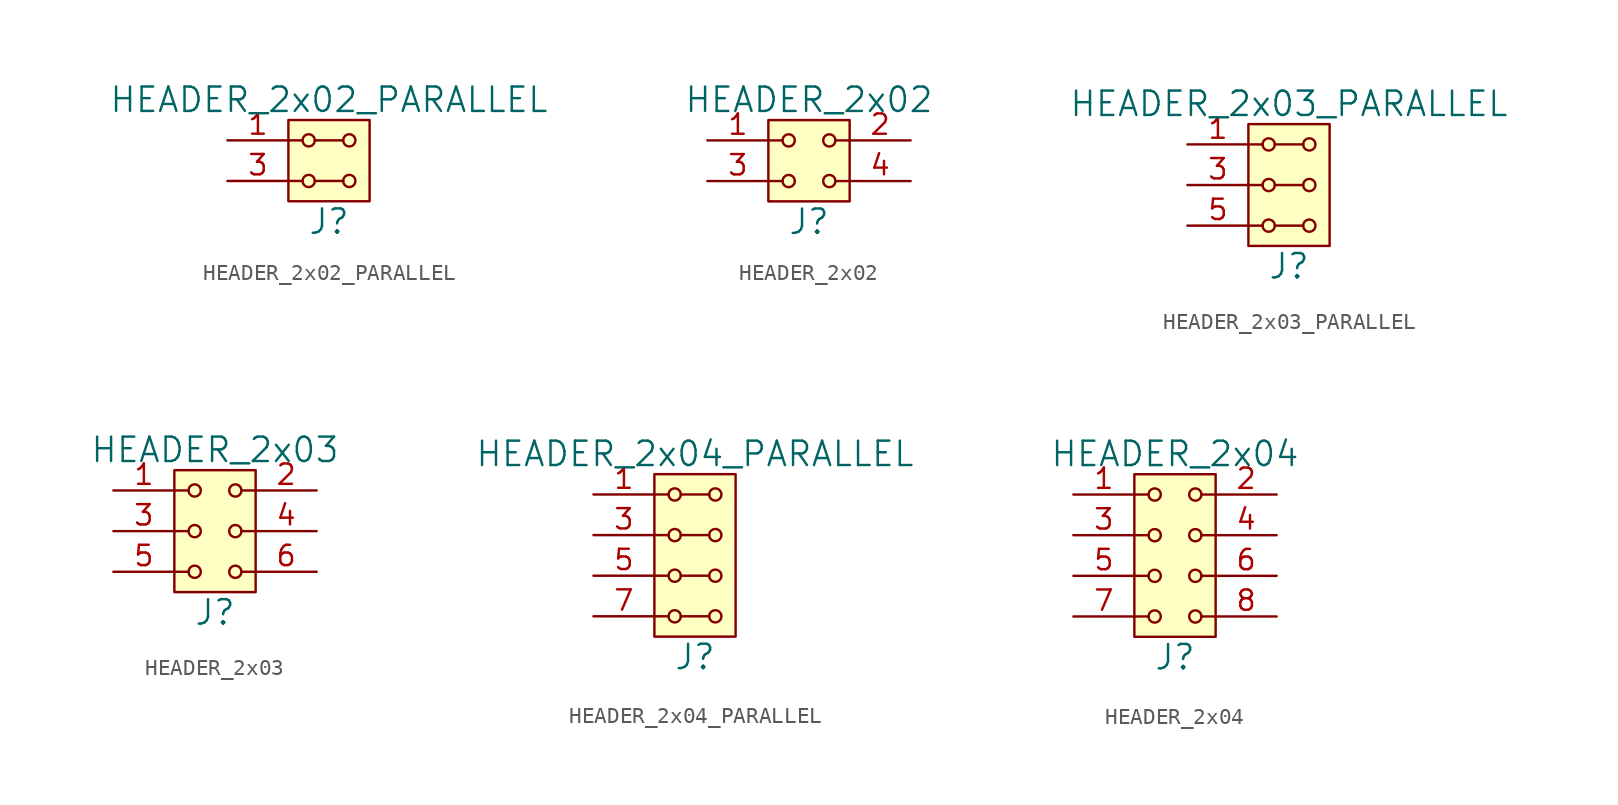
<source format=kicad_sym>
(kicad_symbol_lib
  (version 20211014)
  (generator kicad_symbol_editor)
  (symbol "HEADER_2x02_PARALLEL"
    (pin_names
      (offset 1.016))
    (property "Reference" "J"
      (at 0 -3.81 0)
      (effects (font (size 1.524 1.524))))
    (property "Value" "HEADER_2x02_PARALLEL"
      (at 0 3.81 0)
      (effects (font (size 1.524 1.524))))
    (property "Footprint" ""
      (at 0 1.27 0)
      (effects (font (size 1.524 1.524))))
    (property "Datasheet" ""
      (at 0 1.27 0)
      (effects (font (size 1.524 1.524))))
    (symbol "HEADER_2x02_PARALLEL_0_1"
      (rectangle (start -2.54 2.54) (end 2.54 -2.54) (stroke (width 0) (type default) (color 0 0 0 0)) (fill (type background)))
      (circle (center -1.27 -1.27) (radius 0.381) (stroke (width 0) (type default) (color 0 0 0 0)) (fill (type none)))
      (circle (center -1.27 1.27) (radius 0.381) (stroke (width 0) (type default) (color 0 0 0 0)) (fill (type none)))
      (polyline (pts (xy -1.651 -1.27) (xy -2.54 -1.27)) (stroke (width 0) (type default) (color 0 0 0 0)) (fill (type none)))
      (polyline (pts (xy -1.651 1.27) (xy -2.54 1.27)) (stroke (width 0) (type default) (color 0 0 0 0)) (fill (type none)))
      (polyline (pts (xy -0.889 -1.27) (xy 0.889 -1.27)) (stroke (width 0) (type default) (color 0 0 0 0)) (fill (type none)))
      (polyline (pts (xy -0.889 1.27) (xy 0.889 1.27)) (stroke (width 0) (type default) (color 0 0 0 0)) (fill (type none)))
      (circle (center 1.27 -1.27) (radius 0.381) (stroke (width 0) (type default) (color 0 0 0 0)) (fill (type none)))
      (circle (center 1.27 1.27) (radius 0.381) (stroke (width 0) (type default) (color 0 0 0 0)) (fill (type none))))
    (symbol "HEADER_2x02_PARALLEL_1_1"
      (pin input line (at -6.35 1.27 0) (length 3.81) (name "~" (effects (font (size 1.27 1.27)))) (number "1" (effects (font (size 1.27 1.27)))))
      (pin input line (at -6.35 1.27 0) (length 3.81) hide (name "~" (effects (font (size 1.27 1.27)))) (number "2" (effects (font (size 1.27 1.27)))))
      (pin input line (at -6.35 -1.27 0) (length 3.81) (name "~" (effects (font (size 1.27 1.27)))) (number "3" (effects (font (size 1.27 1.27)))))
      (pin input line (at -6.35 -1.27 0) (length 3.81) hide (name "~" (effects (font (size 1.27 1.27)))) (number "4" (effects (font (size 1.27 1.27)))))))
  (symbol "HEADER_2x02"
    (pin_names
      (offset 1.016))
    (property "Reference" "J"
      (at 0 -3.81 0)
      (effects (font (size 1.524 1.524))))
    (property "Value" "HEADER_2x02"
      (at 0 3.81 0)
      (effects (font (size 1.524 1.524))))
    (property "Footprint" ""
      (at 0 1.27 0)
      (effects (font (size 1.524 1.524))))
    (property "Datasheet" ""
      (at 0 1.27 0)
      (effects (font (size 1.524 1.524))))
    (symbol "HEADER_2x02_0_1"
      (rectangle (start -2.54 2.54) (end 2.54 -2.54) (stroke (width 0) (type default) (color 0 0 0 0)) (fill (type background)))
      (circle (center -1.27 -1.27) (radius 0.381) (stroke (width 0) (type default) (color 0 0 0 0)) (fill (type none)))
      (circle (center -1.27 1.27) (radius 0.381) (stroke (width 0) (type default) (color 0 0 0 0)) (fill (type none)))
      (polyline (pts (xy -1.651 -1.27) (xy -2.54 -1.27)) (stroke (width 0) (type default) (color 0 0 0 0)) (fill (type none)))
      (polyline (pts (xy -1.651 1.27) (xy -2.54 1.27)) (stroke (width 0) (type default) (color 0 0 0 0)) (fill (type none)))
      (polyline (pts (xy 1.651 -1.27) (xy 2.54 -1.27)) (stroke (width 0) (type default) (color 0 0 0 0)) (fill (type none)))
      (polyline (pts (xy 1.651 1.27) (xy 2.54 1.27)) (stroke (width 0) (type default) (color 0 0 0 0)) (fill (type none)))
      (circle (center 1.27 -1.27) (radius 0.381) (stroke (width 0) (type default) (color 0 0 0 0)) (fill (type none)))
      (circle (center 1.27 1.27) (radius 0.381) (stroke (width 0) (type default) (color 0 0 0 0)) (fill (type none))))
    (symbol "HEADER_2x02_1_1"
      (pin input line (at -6.35 1.27 0) (length 3.81) (name "~" (effects (font (size 1.27 1.27)))) (number "1" (effects (font (size 1.27 1.27)))))
      (pin input line (at 6.35 1.27 180) (length 3.81) (name "~" (effects (font (size 1.27 1.27)))) (number "2" (effects (font (size 1.27 1.27)))))
      (pin input line (at -6.35 -1.27 0) (length 3.81) (name "~" (effects (font (size 1.27 1.27)))) (number "3" (effects (font (size 1.27 1.27)))))
      (pin input line (at 6.35 -1.27 180) (length 3.81) (name "~" (effects (font (size 1.27 1.27)))) (number "4" (effects (font (size 1.27 1.27)))))))
  (symbol "HEADER_2x03_PARALLEL"
    (pin_names
      (offset 1.016))
    (property "Reference" "J"
      (at 0 -5.08 0)
      (effects (font (size 1.524 1.524))))
    (property "Value" "HEADER_2x03_PARALLEL"
      (at 0 5.08 0)
      (effects (font (size 1.524 1.524))))
    (property "Footprint" ""
      (at 0 2.54 0)
      (effects (font (size 1.524 1.524))))
    (property "Datasheet" ""
      (at 0 2.54 0)
      (effects (font (size 1.524 1.524))))
    (symbol "HEADER_2x03_PARALLEL_0_1"
      (rectangle (start -2.54 3.81) (end 2.54 -3.81) (stroke (width 0) (type default) (color 0 0 0 0)) (fill (type background)))
      (circle (center -1.27 -2.54) (radius 0.381) (stroke (width 0) (type default) (color 0 0 0 0)) (fill (type none)))
      (circle (center -1.27 0) (radius 0.381) (stroke (width 0) (type default) (color 0 0 0 0)) (fill (type none)))
      (circle (center -1.27 2.54) (radius 0.381) (stroke (width 0) (type default) (color 0 0 0 0)) (fill (type none)))
      (polyline (pts (xy -1.651 -2.54) (xy -2.54 -2.54)) (stroke (width 0) (type default) (color 0 0 0 0)) (fill (type none)))
      (polyline (pts (xy -1.651 0) (xy -2.54 0)) (stroke (width 0) (type default) (color 0 0 0 0)) (fill (type none)))
      (polyline (pts (xy -1.651 2.54) (xy -2.54 2.54)) (stroke (width 0) (type default) (color 0 0 0 0)) (fill (type none)))
      (polyline (pts (xy -0.889 -2.54) (xy 0.889 -2.54)) (stroke (width 0) (type default) (color 0 0 0 0)) (fill (type none)))
      (polyline (pts (xy -0.889 0) (xy 0.889 0)) (stroke (width 0) (type default) (color 0 0 0 0)) (fill (type none)))
      (polyline (pts (xy -0.889 2.54) (xy 0.889 2.54)) (stroke (width 0) (type default) (color 0 0 0 0)) (fill (type none)))
      (circle (center 1.27 -2.54) (radius 0.381) (stroke (width 0) (type default) (color 0 0 0 0)) (fill (type none)))
      (circle (center 1.27 0) (radius 0.381) (stroke (width 0) (type default) (color 0 0 0 0)) (fill (type none)))
      (circle (center 1.27 2.54) (radius 0.381) (stroke (width 0) (type default) (color 0 0 0 0)) (fill (type none))))
    (symbol "HEADER_2x03_PARALLEL_1_1"
      (pin input line (at -6.35 2.54 0) (length 3.81) (name "~" (effects (font (size 1.27 1.27)))) (number "1" (effects (font (size 1.27 1.27)))))
      (pin input line (at -6.35 2.54 0) (length 3.81) hide (name "~" (effects (font (size 1.27 1.27)))) (number "2" (effects (font (size 1.27 1.27)))))
      (pin input line (at -6.35 0 0) (length 3.81) (name "~" (effects (font (size 1.27 1.27)))) (number "3" (effects (font (size 1.27 1.27)))))
      (pin input line (at -6.35 0 0) (length 3.81) hide (name "~" (effects (font (size 1.27 1.27)))) (number "4" (effects (font (size 1.27 1.27)))))
      (pin input line (at -6.35 -2.54 0) (length 3.81) (name "~" (effects (font (size 1.27 1.27)))) (number "5" (effects (font (size 1.27 1.27)))))
      (pin input line (at -6.35 -2.54 0) (length 3.81) hide (name "~" (effects (font (size 1.27 1.27)))) (number "6" (effects (font (size 1.27 1.27)))))))
  (symbol "HEADER_2x03"
    (pin_names
      (offset 1.016))
    (property "Reference" "J"
      (at 0 -5.08 0)
      (effects (font (size 1.524 1.524))))
    (property "Value" "HEADER_2x03"
      (at 0 5.08 0)
      (effects (font (size 1.524 1.524))))
    (property "Footprint" ""
      (at 0 2.54 0)
      (effects (font (size 1.524 1.524))))
    (property "Datasheet" ""
      (at 0 2.54 0)
      (effects (font (size 1.524 1.524))))
    (symbol "HEADER_2x03_0_1"
      (rectangle (start -2.54 3.81) (end 2.54 -3.81) (stroke (width 0) (type default) (color 0 0 0 0)) (fill (type background)))
      (circle (center -1.27 -2.54) (radius 0.381) (stroke (width 0) (type default) (color 0 0 0 0)) (fill (type none)))
      (circle (center -1.27 0) (radius 0.381) (stroke (width 0) (type default) (color 0 0 0 0)) (fill (type none)))
      (circle (center -1.27 2.54) (radius 0.381) (stroke (width 0) (type default) (color 0 0 0 0)) (fill (type none)))
      (polyline (pts (xy -1.651 -2.54) (xy -2.54 -2.54)) (stroke (width 0) (type default) (color 0 0 0 0)) (fill (type none)))
      (polyline (pts (xy -1.651 0) (xy -2.54 0)) (stroke (width 0) (type default) (color 0 0 0 0)) (fill (type none)))
      (polyline (pts (xy -1.651 2.54) (xy -2.54 2.54)) (stroke (width 0) (type default) (color 0 0 0 0)) (fill (type none)))
      (polyline (pts (xy 1.651 -2.54) (xy 2.54 -2.54)) (stroke (width 0) (type default) (color 0 0 0 0)) (fill (type none)))
      (polyline (pts (xy 1.651 0) (xy 2.54 0)) (stroke (width 0) (type default) (color 0 0 0 0)) (fill (type none)))
      (polyline (pts (xy 1.651 2.54) (xy 2.54 2.54)) (stroke (width 0) (type default) (color 0 0 0 0)) (fill (type none)))
      (circle (center 1.27 -2.54) (radius 0.381) (stroke (width 0) (type default) (color 0 0 0 0)) (fill (type none)))
      (circle (center 1.27 0) (radius 0.381) (stroke (width 0) (type default) (color 0 0 0 0)) (fill (type none)))
      (circle (center 1.27 2.54) (radius 0.381) (stroke (width 0) (type default) (color 0 0 0 0)) (fill (type none))))
    (symbol "HEADER_2x03_1_1"
      (pin input line (at -6.35 2.54 0) (length 3.81) (name "~" (effects (font (size 1.27 1.27)))) (number "1" (effects (font (size 1.27 1.27)))))
      (pin input line (at 6.35 2.54 180) (length 3.81) (name "~" (effects (font (size 1.27 1.27)))) (number "2" (effects (font (size 1.27 1.27)))))
      (pin input line (at -6.35 0 0) (length 3.81) (name "~" (effects (font (size 1.27 1.27)))) (number "3" (effects (font (size 1.27 1.27)))))
      (pin input line (at 6.35 0 180) (length 3.81) (name "~" (effects (font (size 1.27 1.27)))) (number "4" (effects (font (size 1.27 1.27)))))
      (pin input line (at -6.35 -2.54 0) (length 3.81) (name "~" (effects (font (size 1.27 1.27)))) (number "5" (effects (font (size 1.27 1.27)))))
      (pin input line (at 6.35 -2.54 180) (length 3.81) (name "~" (effects (font (size 1.27 1.27)))) (number "6" (effects (font (size 1.27 1.27)))))))
  (symbol "HEADER_2x04_PARALLEL"
    (pin_names
      (offset 1.016))
    (property "Reference" "J"
      (at 0 -6.35 0)
      (effects (font (size 1.524 1.524))))
    (property "Value" "HEADER_2x04_PARALLEL"
      (at 0 6.35 0)
      (effects (font (size 1.524 1.524))))
    (property "Footprint" ""
      (at 0 3.81 0)
      (effects (font (size 1.524 1.524))))
    (property "Datasheet" ""
      (at 0 3.81 0)
      (effects (font (size 1.524 1.524))))
    (symbol "HEADER_2x04_PARALLEL_0_1"
      (rectangle (start -2.54 5.08) (end 2.54 -5.08) (stroke (width 0) (type default) (color 0 0 0 0)) (fill (type background)))
      (circle (center -1.27 -3.81) (radius 0.381) (stroke (width 0) (type default) (color 0 0 0 0)) (fill (type none)))
      (circle (center -1.27 -1.27) (radius 0.381) (stroke (width 0) (type default) (color 0 0 0 0)) (fill (type none)))
      (circle (center -1.27 1.27) (radius 0.381) (stroke (width 0) (type default) (color 0 0 0 0)) (fill (type none)))
      (circle (center -1.27 3.81) (radius 0.381) (stroke (width 0) (type default) (color 0 0 0 0)) (fill (type none)))
      (polyline (pts (xy -1.651 -3.81) (xy -2.54 -3.81)) (stroke (width 0) (type default) (color 0 0 0 0)) (fill (type none)))
      (polyline (pts (xy -1.651 -1.27) (xy -2.54 -1.27)) (stroke (width 0) (type default) (color 0 0 0 0)) (fill (type none)))
      (polyline (pts (xy -1.651 1.27) (xy -2.54 1.27)) (stroke (width 0) (type default) (color 0 0 0 0)) (fill (type none)))
      (polyline (pts (xy -1.651 3.81) (xy -2.54 3.81)) (stroke (width 0) (type default) (color 0 0 0 0)) (fill (type none)))
      (polyline (pts (xy -0.889 -3.81) (xy 0.889 -3.81)) (stroke (width 0) (type default) (color 0 0 0 0)) (fill (type none)))
      (polyline (pts (xy -0.889 -1.27) (xy 0.889 -1.27)) (stroke (width 0) (type default) (color 0 0 0 0)) (fill (type none)))
      (polyline (pts (xy -0.889 1.27) (xy 0.889 1.27)) (stroke (width 0) (type default) (color 0 0 0 0)) (fill (type none)))
      (polyline (pts (xy -0.889 3.81) (xy 0.889 3.81)) (stroke (width 0) (type default) (color 0 0 0 0)) (fill (type none)))
      (circle (center 1.27 -3.81) (radius 0.381) (stroke (width 0) (type default) (color 0 0 0 0)) (fill (type none)))
      (circle (center 1.27 -1.27) (radius 0.381) (stroke (width 0) (type default) (color 0 0 0 0)) (fill (type none)))
      (circle (center 1.27 1.27) (radius 0.381) (stroke (width 0) (type default) (color 0 0 0 0)) (fill (type none)))
      (circle (center 1.27 3.81) (radius 0.381) (stroke (width 0) (type default) (color 0 0 0 0)) (fill (type none))))
    (symbol "HEADER_2x04_PARALLEL_1_1"
      (pin input line (at -6.35 3.81 0) (length 3.81) (name "~" (effects (font (size 1.27 1.27)))) (number "1" (effects (font (size 1.27 1.27)))))
      (pin input line (at -6.35 3.81 0) (length 3.81) hide (name "~" (effects (font (size 1.27 1.27)))) (number "2" (effects (font (size 1.27 1.27)))))
      (pin input line (at -6.35 1.27 0) (length 3.81) (name "~" (effects (font (size 1.27 1.27)))) (number "3" (effects (font (size 1.27 1.27)))))
      (pin input line (at -6.35 1.27 0) (length 3.81) hide (name "~" (effects (font (size 1.27 1.27)))) (number "4" (effects (font (size 1.27 1.27)))))
      (pin input line (at -6.35 -1.27 0) (length 3.81) (name "~" (effects (font (size 1.27 1.27)))) (number "5" (effects (font (size 1.27 1.27)))))
      (pin input line (at -6.35 -1.27 0) (length 3.81) hide (name "~" (effects (font (size 1.27 1.27)))) (number "6" (effects (font (size 1.27 1.27)))))
      (pin input line (at -6.35 -3.81 0) (length 3.81) (name "~" (effects (font (size 1.27 1.27)))) (number "7" (effects (font (size 1.27 1.27)))))
      (pin input line (at -6.35 -3.81 0) (length 3.81) hide (name "~" (effects (font (size 1.27 1.27)))) (number "8" (effects (font (size 1.27 1.27)))))))
  (symbol "HEADER_2x04"
    (pin_names
      (offset 1.016))
    (property "Reference" "J"
      (at 0 -6.35 0)
      (effects (font (size 1.524 1.524))))
    (property "Value" "HEADER_2x04"
      (at 0 6.35 0)
      (effects (font (size 1.524 1.524))))
    (property "Footprint" ""
      (at 0 3.81 0)
      (effects (font (size 1.524 1.524))))
    (property "Datasheet" ""
      (at 0 3.81 0)
      (effects (font (size 1.524 1.524))))
    (symbol "HEADER_2x04_0_1"
      (rectangle (start -2.54 5.08) (end 2.54 -5.08) (stroke (width 0) (type default) (color 0 0 0 0)) (fill (type background)))
      (circle (center -1.27 -3.81) (radius 0.381) (stroke (width 0) (type default) (color 0 0 0 0)) (fill (type none)))
      (circle (center -1.27 -1.27) (radius 0.381) (stroke (width 0) (type default) (color 0 0 0 0)) (fill (type none)))
      (circle (center -1.27 1.27) (radius 0.381) (stroke (width 0) (type default) (color 0 0 0 0)) (fill (type none)))
      (circle (center -1.27 3.81) (radius 0.381) (stroke (width 0) (type default) (color 0 0 0 0)) (fill (type none)))
      (polyline (pts (xy -1.651 -3.81) (xy -2.54 -3.81)) (stroke (width 0) (type default) (color 0 0 0 0)) (fill (type none)))
      (polyline (pts (xy -1.651 -1.27) (xy -2.54 -1.27)) (stroke (width 0) (type default) (color 0 0 0 0)) (fill (type none)))
      (polyline (pts (xy -1.651 1.27) (xy -2.54 1.27)) (stroke (width 0) (type default) (color 0 0 0 0)) (fill (type none)))
      (polyline (pts (xy -1.651 3.81) (xy -2.54 3.81)) (stroke (width 0) (type default) (color 0 0 0 0)) (fill (type none)))
      (polyline (pts (xy 1.651 -3.81) (xy 2.54 -3.81)) (stroke (width 0) (type default) (color 0 0 0 0)) (fill (type none)))
      (polyline (pts (xy 1.651 -1.27) (xy 2.54 -1.27)) (stroke (width 0) (type default) (color 0 0 0 0)) (fill (type none)))
      (polyline (pts (xy 1.651 1.27) (xy 2.54 1.27)) (stroke (width 0) (type default) (color 0 0 0 0)) (fill (type none)))
      (polyline (pts (xy 1.651 3.81) (xy 2.54 3.81)) (stroke (width 0) (type default) (color 0 0 0 0)) (fill (type none)))
      (circle (center 1.27 -3.81) (radius 0.381) (stroke (width 0) (type default) (color 0 0 0 0)) (fill (type none)))
      (circle (center 1.27 -1.27) (radius 0.381) (stroke (width 0) (type default) (color 0 0 0 0)) (fill (type none)))
      (circle (center 1.27 1.27) (radius 0.381) (stroke (width 0) (type default) (color 0 0 0 0)) (fill (type none)))
      (circle (center 1.27 3.81) (radius 0.381) (stroke (width 0) (type default) (color 0 0 0 0)) (fill (type none))))
    (symbol "HEADER_2x04_1_1"
      (pin input line (at -6.35 3.81 0) (length 3.81) (name "~" (effects (font (size 1.27 1.27)))) (number "1" (effects (font (size 1.27 1.27)))))
      (pin input line (at 6.35 3.81 180) (length 3.81) (name "~" (effects (font (size 1.27 1.27)))) (number "2" (effects (font (size 1.27 1.27)))))
      (pin input line (at -6.35 1.27 0) (length 3.81) (name "~" (effects (font (size 1.27 1.27)))) (number "3" (effects (font (size 1.27 1.27)))))
      (pin input line (at 6.35 1.27 180) (length 3.81) (name "~" (effects (font (size 1.27 1.27)))) (number "4" (effects (font (size 1.27 1.27)))))
      (pin input line (at -6.35 -1.27 0) (length 3.81) (name "~" (effects (font (size 1.27 1.27)))) (number "5" (effects (font (size 1.27 1.27)))))
      (pin input line (at 6.35 -1.27 180) (length 3.81) (name "~" (effects (font (size 1.27 1.27)))) (number "6" (effects (font (size 1.27 1.27)))))
      (pin input line (at -6.35 -3.81 0) (length 3.81) (name "~" (effects (font (size 1.27 1.27)))) (number "7" (effects (font (size 1.27 1.27)))))
      (pin input line (at 6.35 -3.81 180) (length 3.81) (name "~" (effects (font (size 1.27 1.27)))) (number "8" (effects (font (size 1.27 1.27))))))))
</source>
